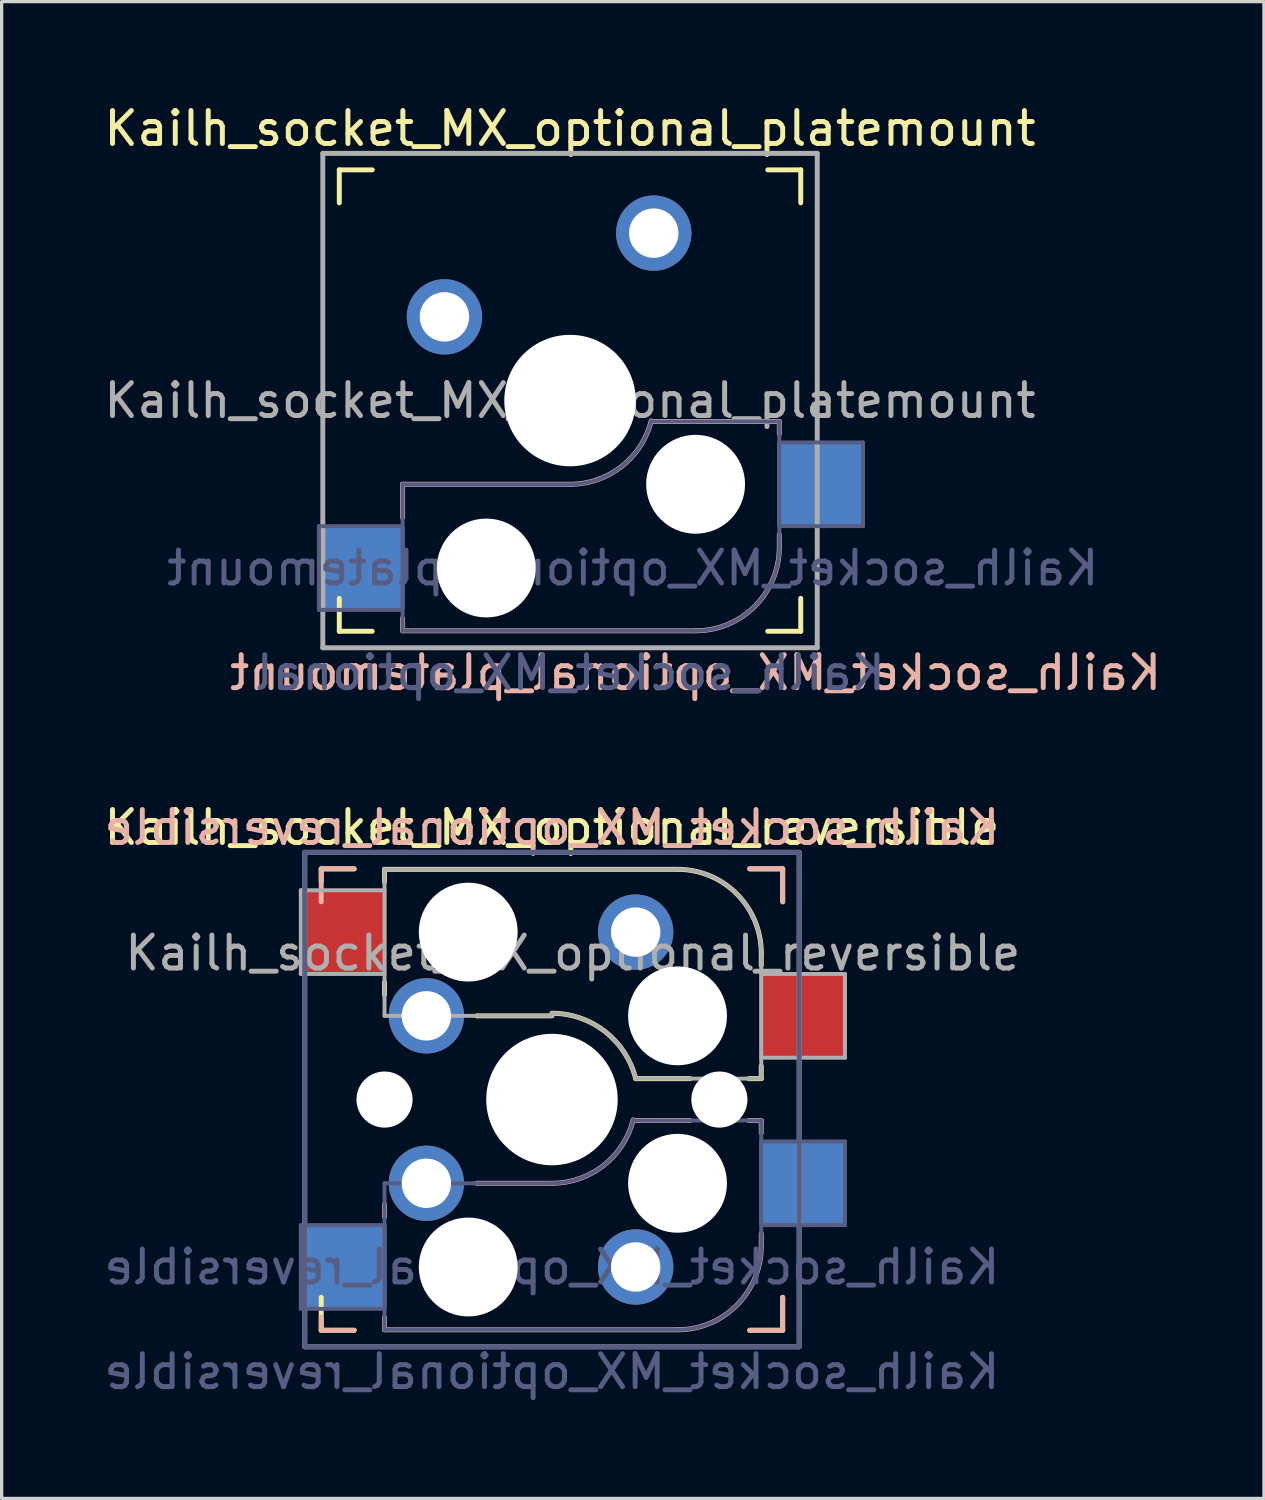
<source format=kicad_pcb>
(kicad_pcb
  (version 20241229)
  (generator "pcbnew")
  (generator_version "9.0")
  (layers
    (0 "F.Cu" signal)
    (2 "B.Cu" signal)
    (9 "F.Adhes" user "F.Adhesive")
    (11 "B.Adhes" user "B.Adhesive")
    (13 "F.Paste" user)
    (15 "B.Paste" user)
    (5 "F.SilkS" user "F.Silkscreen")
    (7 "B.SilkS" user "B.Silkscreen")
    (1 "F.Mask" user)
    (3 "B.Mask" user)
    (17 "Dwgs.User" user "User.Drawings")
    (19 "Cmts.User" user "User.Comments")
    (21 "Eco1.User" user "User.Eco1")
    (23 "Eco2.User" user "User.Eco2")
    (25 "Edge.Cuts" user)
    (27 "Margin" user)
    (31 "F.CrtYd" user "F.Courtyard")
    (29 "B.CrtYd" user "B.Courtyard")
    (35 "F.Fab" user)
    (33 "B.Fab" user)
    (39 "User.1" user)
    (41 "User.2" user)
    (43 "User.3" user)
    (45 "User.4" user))
  (footprint "Kailh_socket_MX_optional_reversible"
    (layer "F.Cu")
    (at 13.696 30.31)
    (property "Reference" "Kailh_socket_MX_optional_reversible" (at 0 -8.255 0) (layer "F.SilkS") (effects (font (size 1 1) (thickness 0.15))))
    (property "Value" "Kailh_socket_MX_optional_reversible" (at 0 8.255 0) (layer "F.Fab") (hide yes) (effects (font (size 1 1) (thickness 0.15))))
    (attr smd)
    (fp_line (start -7 -7) (end -6 -7) (stroke (width 0.15) (type solid)) (layer "F.SilkS"))
    (fp_line (start -7 -6.604) (end -7 -7) (stroke (width 0.15) (type solid)) (layer "F.SilkS"))
    (fp_line (start -7 7) (end -7 6) (stroke (width 0.15) (type solid)) (layer "F.SilkS"))
    (fp_line (start -6 7) (end -7 7) (stroke (width 0.15) (type solid)) (layer "F.SilkS"))
    (fp_line (start -5.08 -6.985) (end -5.08 -6.604) (stroke (width 0.15) (type solid)) (layer "F.SilkS"))
    (fp_line (start -5.08 -3.556) (end -5.08 -3.175) (stroke (width 0.15) (type solid)) (layer "F.SilkS"))
    (fp_line (start -2.286 -2.54) (end 0 -2.54) (stroke (width 0.15) (type solid)) (layer "F.SilkS"))
    (fp_line (start 2.54 -0.635) (end 4.191 -0.635) (stroke (width 0.15) (type solid)) (layer "F.SilkS"))
    (fp_line (start 3.81 -6.985) (end -5.08 -6.985) (stroke (width 0.15) (type solid)) (layer "F.SilkS"))
    (fp_line (start 5.969 -0.635) (end 6.35 -0.635) (stroke (width 0.15) (type solid)) (layer "F.SilkS"))
    (fp_line (start 6 -7) (end 7 -7) (stroke (width 0.15) (type solid)) (layer "F.SilkS"))
    (fp_line (start 6.35 -4.445) (end 6.35 -4.064) (stroke (width 0.15) (type solid)) (layer "F.SilkS"))
    (fp_line (start 6.35 -0.635) (end 6.35 -1.016) (stroke (width 0.15) (type solid)) (layer "F.SilkS"))
    (fp_line (start 7 -7) (end 7 -6) (stroke (width 0.15) (type solid)) (layer "F.SilkS"))
    (fp_line (start 7 6) (end 7 7) (stroke (width 0.15) (type solid)) (layer "F.SilkS"))
    (fp_line (start 7 7) (end 6 7) (stroke (width 0.15) (type solid)) (layer "F.SilkS"))
    (fp_arc (start 0.000001 -2.618171) (mid 1.611255 -2.063656) (end 2.539999 -0.634999) (stroke (width 0.15) (type solid)) (layer "F.SilkS"))
    (fp_arc (start 3.81 -6.985) (mid 5.606051 -6.241051) (end 6.35 -4.445) (stroke (width 0.15) (type solid)) (layer "F.SilkS"))
    (fp_line (start -7 -7) (end -6 -7) (stroke (width 0.15) (type solid)) (layer "B.SilkS"))
    (fp_line (start -7 -6) (end -7 -7) (stroke (width 0.15) (type solid)) (layer "B.SilkS"))
    (fp_line (start -7 7) (end -7 6.604) (stroke (width 0.15) (type solid)) (layer "B.SilkS"))
    (fp_line (start -6 7) (end -7 7) (stroke (width 0.15) (type solid)) (layer "B.SilkS"))
    (fp_line (start -5.08 3.175) (end -5.08 3.556) (stroke (width 0.15) (type solid)) (layer "B.SilkS"))
    (fp_line (start -5.08 6.604) (end -5.08 6.985) (stroke (width 0.15) (type solid)) (layer "B.SilkS"))
    (fp_line (start -5.08 6.985) (end 3.81 6.985) (stroke (width 0.15) (type solid)) (layer "B.SilkS"))
    (fp_line (start 0 2.54) (end -2.286 2.54) (stroke (width 0.15) (type solid)) (layer "B.SilkS"))
    (fp_line (start 4.191 0.635) (end 2.54 0.635) (stroke (width 0.15) (type solid)) (layer "B.SilkS"))
    (fp_line (start 6 -7) (end 7 -7) (stroke (width 0.15) (type solid)) (layer "B.SilkS"))
    (fp_line (start 6.35 0.635) (end 5.969 0.635) (stroke (width 0.15) (type solid)) (layer "B.SilkS"))
    (fp_line (start 6.35 1.016) (end 6.35 0.635) (stroke (width 0.15) (type solid)) (layer "B.SilkS"))
    (fp_line (start 6.35 4.445) (end 6.35 4.064) (stroke (width 0.15) (type solid)) (layer "B.SilkS"))
    (fp_line (start 7 -7) (end 7 -6) (stroke (width 0.15) (type solid)) (layer "B.SilkS"))
    (fp_line (start 7 6) (end 7 7) (stroke (width 0.15) (type solid)) (layer "B.SilkS"))
    (fp_line (start 7 7) (end 6 7) (stroke (width 0.15) (type solid)) (layer "B.SilkS"))
    (fp_arc (start 2.464162 0.61604) (mid 1.563147 2.002042) (end 0 2.54) (stroke (width 0.15) (type solid)) (layer "B.SilkS"))
    (fp_arc (start 6.35 4.445) (mid 5.606051 6.241051) (end 3.81 6.985) (stroke (width 0.15) (type solid)) (layer "B.SilkS"))
    (fp_line (start -6.9 6.9) (end -6.9 -6.9) (stroke (width 0.15) (type solid)) (layer "Eco2.User"))
    (fp_line (start -6.9 6.9) (end 6.9 6.9) (stroke (width 0.15) (type solid)) (layer "Eco2.User"))
    (fp_line (start 6.9 -6.9) (end -6.9 -6.9) (stroke (width 0.15) (type solid)) (layer "Eco2.User"))
    (fp_line (start 6.9 -6.9) (end 6.9 6.9) (stroke (width 0.15) (type solid)) (layer "Eco2.User"))
    (fp_line (start -7.62 3.81) (end -7.62 6.35) (stroke (width 0.12) (type solid)) (layer "B.Fab"))
    (fp_line (start -7.62 6.35) (end -5.08 6.35) (stroke (width 0.12) (type solid)) (layer "B.Fab"))
    (fp_line (start -7.5 -7.5) (end 7.5 -7.5) (stroke (width 0.15) (type solid)) (layer "B.Fab"))
    (fp_line (start -7.5 7.5) (end -7.5 -7.5) (stroke (width 0.15) (type solid)) (layer "B.Fab"))
    (fp_line (start -5.08 2.54) (end -5.08 6.985) (stroke (width 0.12) (type solid)) (layer "B.Fab"))
    (fp_line (start -5.08 3.81) (end -7.62 3.81) (stroke (width 0.12) (type solid)) (layer "B.Fab"))
    (fp_line (start -5.08 6.985) (end 3.81 6.985) (stroke (width 0.12) (type solid)) (layer "B.Fab"))
    (fp_line (start 0 2.54) (end -5.08 2.54) (stroke (width 0.12) (type solid)) (layer "B.Fab"))
    (fp_line (start 6.35 0.635) (end 2.54 0.635) (stroke (width 0.12) (type solid)) (layer "B.Fab"))
    (fp_line (start 6.35 3.81) (end 8.89 3.81) (stroke (width 0.12) (type solid)) (layer "B.Fab"))
    (fp_line (start 6.35 4.445) (end 6.35 0.635) (stroke (width 0.12) (type solid)) (layer "B.Fab"))
    (fp_line (start 7.5 -7.5) (end 7.5 7.5) (stroke (width 0.15) (type solid)) (layer "B.Fab"))
    (fp_line (start 7.5 7.5) (end -7.5 7.5) (stroke (width 0.15) (type solid)) (layer "B.Fab"))
    (fp_line (start 8.89 1.27) (end 6.35 1.27) (stroke (width 0.12) (type solid)) (layer "B.Fab"))
    (fp_line (start 8.89 3.81) (end 8.89 1.27) (stroke (width 0.12) (type solid)) (layer "B.Fab"))
    (fp_arc (start 2.464162 0.61604) (mid 1.563147 2.002042) (end 0 2.54) (stroke (width 0.12) (type solid)) (layer "B.Fab"))
    (fp_arc (start 6.35 4.445) (mid 5.606051 6.241051) (end 3.81 6.985) (stroke (width 0.12) (type solid)) (layer "B.Fab"))
    (fp_line (start -7.62 -6.35) (end -7.62 -3.81) (stroke (width 0.12) (type solid)) (layer "F.Fab"))
    (fp_line (start -7.62 -3.81) (end -5.08 -3.81) (stroke (width 0.12) (type solid)) (layer "F.Fab"))
    (fp_line (start -7.5 -7.5) (end 7.5 -7.5) (stroke (width 0.15) (type solid)) (layer "F.Fab"))
    (fp_line (start -7.5 7.5) (end -7.5 -7.5) (stroke (width 0.15) (type solid)) (layer "F.Fab"))
    (fp_line (start -5.08 -6.985) (end -5.08 -2.54) (stroke (width 0.12) (type solid)) (layer "F.Fab"))
    (fp_line (start -5.08 -6.35) (end -7.62 -6.35) (stroke (width 0.12) (type solid)) (layer "F.Fab"))
    (fp_line (start -5.08 -2.54) (end 0 -2.54) (stroke (width 0.12) (type solid)) (layer "F.Fab"))
    (fp_line (start 2.54 -0.635) (end 6.35 -0.635) (stroke (width 0.12) (type solid)) (layer "F.Fab"))
    (fp_line (start 3.81 -6.985) (end -5.08 -6.985) (stroke (width 0.12) (type solid)) (layer "F.Fab"))
    (fp_line (start 6.35 -1.27) (end 8.89 -1.27) (stroke (width 0.12) (type solid)) (layer "F.Fab"))
    (fp_line (start 6.35 -0.635) (end 6.35 -4.445) (stroke (width 0.12) (type solid)) (layer "F.Fab"))
    (fp_line (start 7.5 -7.5) (end 7.5 7.5) (stroke (width 0.15) (type solid)) (layer "F.Fab"))
    (fp_line (start 7.5 7.5) (end -7.5 7.5) (stroke (width 0.15) (type solid)) (layer "F.Fab"))
    (fp_line (start 8.89 -3.81) (end 6.35 -3.81) (stroke (width 0.12) (type solid)) (layer "F.Fab"))
    (fp_line (start 8.89 -1.27) (end 8.89 -3.81) (stroke (width 0.12) (type solid)) (layer "F.Fab"))
    (fp_arc (start 0.000001 -2.618171) (mid 1.611255 -2.063656) (end 2.539999 -0.634999) (stroke (width 0.12) (type solid)) (layer "F.Fab"))
    (fp_arc (start 3.81 -6.985) (mid 5.606051 -6.241051) (end 6.35 -4.445) (stroke (width 0.12) (type solid)) (layer "F.Fab"))
    (fp_text user "${REFERENCE}" (at 0 -8.255 0) (layer "B.SilkS") (effects (font (size 1 1) (thickness 0.15)) (justify mirror)))
    (fp_text user "${VALUE}" (at 0 8.255 0) (layer "B.Fab") (effects (font (size 1 1) (thickness 0.15)) (justify mirror)))
    (fp_text user "${REFERENCE}" (at 0 5.08 0) (layer "B.Fab") (effects (font (size 1 1) (thickness 0.15)) (justify mirror)))
    (fp_text user "${REFERENCE}" (at 0.635 -4.445 0) (layer "F.Fab") (effects (font (size 1 1) (thickness 0.15))))
    (pad "" np_thru_hole circle (at -5.08 0) (size 1.702 1.702) (drill 1.702) (layers "*.Cu" "*.Mask"))
    (pad "" np_thru_hole circle (at -2.54 -5.08) (size 3 3) (drill 3) (layers "*.Cu" "*.Mask"))
    (pad "" np_thru_hole circle (at -2.54 5.08) (size 3 3) (drill 3) (layers "*.Cu" "*.Mask"))
    (pad "" np_thru_hole circle (at 0 0) (size 3.988 3.988) (drill 3.988) (layers "*.Cu" "*.Mask"))
    (pad "" np_thru_hole circle (at 3.81 -2.54) (size 3 3) (drill 3) (layers "*.Cu" "*.Mask"))
    (pad "" np_thru_hole circle (at 3.81 2.54) (size 3 3) (drill 3) (layers "*.Cu" "*.Mask"))
    (pad "" np_thru_hole circle (at 5.08 0) (size 1.702 1.702) (drill 1.702) (layers "*.Cu" "*.Mask"))
    (pad "1" smd rect (at -6.29 -5.08) (size 2.55 2.5) (layers "F.Cu" "F.Mask" "F.Paste"))
    (pad "1" smd rect (at -6.29 5.08) (size 2.55 2.5) (layers "B.Cu" "B.Mask" "B.Paste"))
    (pad "1" thru_hole circle (at -3.81 -2.54) (size 2.286 2.286) (drill 1.499) (layers "*.Cu" "*.Mask"))
    (pad "1" thru_hole circle (at -3.81 2.54) (size 2.286 2.286) (drill 1.499) (layers "*.Cu" "*.Mask"))
    (pad "2" thru_hole circle (at 2.54 -5.08) (size 2.286 2.286) (drill 1.499) (layers "*.Cu" "*.Mask"))
    (pad "2" thru_hole circle (at 2.54 5.08) (size 2.286 2.286) (drill 1.499) (layers "*.Cu" "*.Mask"))
    (pad "2" smd rect (at 7.56 -2.54) (size 2.55 2.5) (layers "F.Cu" "F.Mask" "F.Paste"))
    (pad "2" smd rect (at 7.56 2.54) (size 2.55 2.5) (layers "B.Cu" "B.Mask" "B.Paste")))
  (footprint "Kailh_socket_MX_optional_platemount"
    (layer "F.Cu")
    (at 14.244 9.103)
    (property "Reference" "Kailh_socket_MX_optional_platemount" (at 0 -8.255 0) (layer "F.SilkS") (effects (font (size 1 1) (thickness 0.15))))
    (property "Value" "Kailh_socket_MX_optional" (at 0 8.255 0) (layer "F.Fab") (hide yes) (effects (font (size 1 1) (thickness 0.15))))
    (attr through_hole)
    (fp_line (start -7 -6) (end -7 -7) (stroke (width 0.15) (type solid)) (layer "F.SilkS"))
    (fp_line (start -7 7) (end -7 6) (stroke (width 0.15) (type solid)) (layer "F.SilkS"))
    (fp_line (start -7 7) (end -6 7) (stroke (width 0.15) (type solid)) (layer "F.SilkS"))
    (fp_line (start -6 -7) (end -7 -7) (stroke (width 0.15) (type solid)) (layer "F.SilkS"))
    (fp_line (start 6 7) (end 7 7) (stroke (width 0.15) (type solid)) (layer "F.SilkS"))
    (fp_line (start 7 -7) (end 6 -7) (stroke (width 0.15) (type solid)) (layer "F.SilkS"))
    (fp_line (start 7 -7) (end 7 -6) (stroke (width 0.15) (type solid)) (layer "F.SilkS"))
    (fp_line (start 7 6) (end 7 7) (stroke (width 0.15) (type solid)) (layer "F.SilkS"))
    (fp_line (start -5.08 2.54) (end -5.08 3.556) (stroke (width 0.15) (type solid)) (layer "B.SilkS"))
    (fp_line (start -5.08 6.604) (end -5.08 6.985) (stroke (width 0.15) (type solid)) (layer "B.SilkS"))
    (fp_line (start -5.08 6.985) (end 3.81 6.985) (stroke (width 0.15) (type solid)) (layer "B.SilkS"))
    (fp_line (start 0 2.54) (end -5.08 2.54) (stroke (width 0.15) (type solid)) (layer "B.SilkS"))
    (fp_line (start 6.35 0.635) (end 2.5 0.635) (stroke (width 0.15) (type solid)) (layer "B.SilkS"))
    (fp_line (start 6.35 1.016) (end 6.35 0.635) (stroke (width 0.15) (type solid)) (layer "B.SilkS"))
    (fp_line (start 6.35 4.445) (end 6.35 4.064) (stroke (width 0.15) (type solid)) (layer "B.SilkS"))
    (fp_arc (start 2.4638 0.61604) (mid 1.562785 2.002042) (end -0.000362 2.54) (stroke (width 0.15) (type solid)) (layer "B.SilkS"))
    (fp_arc (start 6.35 4.445) (mid 5.606051 6.241051) (end 3.81 6.985) (stroke (width 0.15) (type solid)) (layer "B.SilkS"))
    (fp_line (start -6.9 6.9) (end -6.9 -6.9) (stroke (width 0.15) (type solid)) (layer "Eco2.User"))
    (fp_line (start -6.9 6.9) (end 6.9 6.9) (stroke (width 0.15) (type solid)) (layer "Eco2.User"))
    (fp_line (start 6.9 -6.9) (end -6.9 -6.9) (stroke (width 0.15) (type solid)) (layer "Eco2.User"))
    (fp_line (start 6.9 -6.9) (end 6.9 6.9) (stroke (width 0.15) (type solid)) (layer "Eco2.User"))
    (fp_line (start -7.62 3.81) (end -7.62 6.35) (stroke (width 0.12) (type solid)) (layer "B.Fab"))
    (fp_line (start -7.62 6.35) (end -5.08 6.35) (stroke (width 0.12) (type solid)) (layer "B.Fab"))
    (fp_line (start -5.08 2.54) (end -5.08 6.985) (stroke (width 0.12) (type solid)) (layer "B.Fab"))
    (fp_line (start -5.08 3.81) (end -7.62 3.81) (stroke (width 0.12) (type solid)) (layer "B.Fab"))
    (fp_line (start -5.08 6.985) (end 3.81 6.985) (stroke (width 0.12) (type solid)) (layer "B.Fab"))
    (fp_line (start 0 2.54) (end -5.08 2.54) (stroke (width 0.12) (type solid)) (layer "B.Fab"))
    (fp_line (start 6.35 0.635) (end 2.54 0.635) (stroke (width 0.12) (type solid)) (layer "B.Fab"))
    (fp_line (start 6.35 3.81) (end 8.89 3.81) (stroke (width 0.12) (type solid)) (layer "B.Fab"))
    (fp_line (start 6.35 4.445) (end 6.35 0.635) (stroke (width 0.12) (type solid)) (layer "B.Fab"))
    (fp_line (start 8.89 1.27) (end 6.35 1.27) (stroke (width 0.12) (type solid)) (layer "B.Fab"))
    (fp_line (start 8.89 3.81) (end 8.89 1.27) (stroke (width 0.12) (type solid)) (layer "B.Fab"))
    (fp_arc (start 2.464162 0.61604) (mid 1.563147 2.002042) (end 0 2.54) (stroke (width 0.12) (type solid)) (layer "B.Fab"))
    (fp_arc (start 6.35 4.445) (mid 5.606051 6.241051) (end 3.81 6.985) (stroke (width 0.12) (type solid)) (layer "B.Fab"))
    (fp_line (start -7.5 -7.5) (end 7.5 -7.5) (stroke (width 0.15) (type solid)) (layer "F.Fab"))
    (fp_line (start -7.5 7.5) (end -7.5 -7.5) (stroke (width 0.15) (type solid)) (layer "F.Fab"))
    (fp_line (start 7.5 -7.5) (end 7.5 7.5) (stroke (width 0.15) (type solid)) (layer "F.Fab"))
    (fp_line (start 7.5 7.5) (end -7.5 7.5) (stroke (width 0.15) (type solid)) (layer "F.Fab"))
    (fp_text user "${REFERENCE}" (at 3.81 8.255 0) (layer "B.SilkS") (effects (font (size 1 1) (thickness 0.15)) (justify mirror)))
    (fp_text user "${VALUE}" (at 0 8.255 0) (layer "B.Fab") (effects (font (size 1 1) (thickness 0.15)) (justify mirror)))
    (fp_text user "${REFERENCE}" (at 1.905 5.08 0) (layer "B.Fab") (effects (font (size 1 1) (thickness 0.15)) (justify mirror)))
    (fp_text user "${REFERENCE}" (at 0 0 0) (layer "F.Fab") (effects (font (size 1 1) (thickness 0.15))))
    (pad "" np_thru_hole circle (at -2.54 5.08) (size 3 3) (drill 3) (layers "*.Cu" "*.Mask"))
    (pad "" np_thru_hole circle (at 0 0) (size 3.988 3.988) (drill 3.988) (layers "*.Cu" "*.Mask"))
    (pad "" np_thru_hole circle (at 3.81 2.54) (size 3 3) (drill 3) (layers "*.Cu" "*.Mask"))
    (pad "1" smd rect (at -6.29 5.08) (size 2.55 2.5) (layers "B.Cu" "B.Mask" "B.Paste"))
    (pad "1" thru_hole circle (at 2.54 -5.08) (size 2.286 2.286) (drill 1.499) (layers "*.Cu" "*.Mask"))
    (pad "2" thru_hole circle (at -3.81 -2.54) (size 2.286 2.286) (drill 1.499) (layers "*.Cu" "*.Mask"))
    (pad "2" smd rect (at 7.56 2.54) (size 2.55 2.5) (layers "B.Cu" "B.Mask" "B.Paste")))
  (gr_rect
    (start -3 -3)
    (end 35.298 42.413)
    (stroke (width 0.1) (type default))
    (fill no)
    (layer "Edge.Cuts")))
</source>
